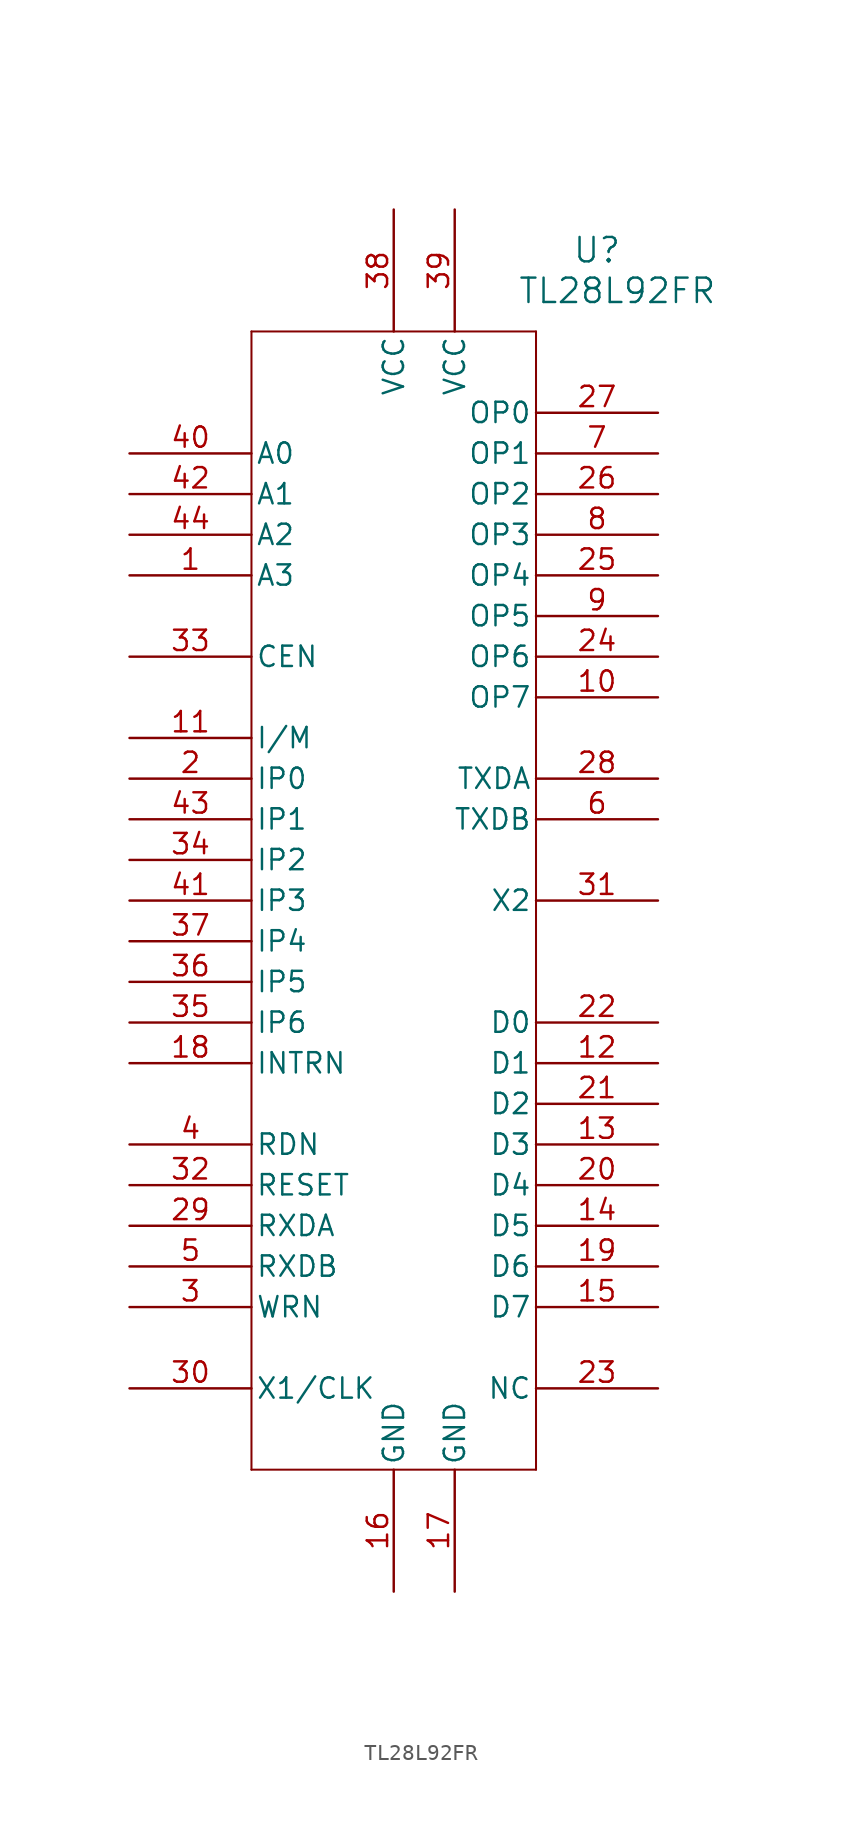
<source format=kicad_sym>
(kicad_symbol_lib
  (version 20220914)
  (generator kicad_symbol_editor)
  (symbol "TL28L92FR"
    (pin_names
      (offset 0.254))
    (property "Reference" "U"
      (at 29.21 12.7 0)
      (effects (font (size 1.524 1.524))))
    (property "Value" "TL28L92FR"
      (at 30.48 10.16 0)
      (effects (font (size 1.524 1.524))))
    (symbol "TL28L92FR_1_1"
      (polyline (pts (xy 7.62 -63.5) (xy 25.4 -63.5)) (stroke (width 0.127) (type default)) (fill (type none)))
      (polyline (pts (xy 7.62 7.62) (xy 7.62 -63.5)) (stroke (width 0.127) (type default)) (fill (type none)))
      (polyline (pts (xy 25.4 -63.5) (xy 25.4 7.62)) (stroke (width 0.127) (type default)) (fill (type none)))
      (polyline (pts (xy 25.4 7.62) (xy 7.62 7.62)) (stroke (width 0.127) (type default)) (fill (type none)))
      (pin input line (at 0 -7.62 0) (length 7.62) (name "A3" (effects (font (size 1.27 1.27)))) (number "1" (effects (font (size 1.27 1.27)))))
      (pin output line (at 33.02 -15.24 180) (length 7.62) (name "OP7" (effects (font (size 1.27 1.27)))) (number "10" (effects (font (size 1.27 1.27)))))
      (pin input line (at 0 -17.78 0) (length 7.62) (name "I/M" (effects (font (size 1.27 1.27)))) (number "11" (effects (font (size 1.27 1.27)))))
      (pin bidirectional line (at 33.02 -38.1 180) (length 7.62) (name "D1" (effects (font (size 1.27 1.27)))) (number "12" (effects (font (size 1.27 1.27)))))
      (pin bidirectional line (at 33.02 -43.18 180) (length 7.62) (name "D3" (effects (font (size 1.27 1.27)))) (number "13" (effects (font (size 1.27 1.27)))))
      (pin bidirectional line (at 33.02 -48.26 180) (length 7.62) (name "D5" (effects (font (size 1.27 1.27)))) (number "14" (effects (font (size 1.27 1.27)))))
      (pin bidirectional line (at 33.02 -53.34 180) (length 7.62) (name "D7" (effects (font (size 1.27 1.27)))) (number "15" (effects (font (size 1.27 1.27)))))
      (pin power_in line (at 16.51 -71.12 90) (length 7.62) (name "GND" (effects (font (size 1.27 1.27)))) (number "16" (effects (font (size 1.27 1.27)))))
      (pin power_in line (at 20.32 -71.12 90) (length 7.62) (name "GND" (effects (font (size 1.27 1.27)))) (number "17" (effects (font (size 1.27 1.27)))))
      (pin output line (at 0 -38.1 0) (length 7.62) (name "INTRN" (effects (font (size 1.27 1.27)))) (number "18" (effects (font (size 1.27 1.27)))))
      (pin bidirectional line (at 33.02 -50.8 180) (length 7.62) (name "D6" (effects (font (size 1.27 1.27)))) (number "19" (effects (font (size 1.27 1.27)))))
      (pin input line (at 0 -20.32 0) (length 7.62) (name "IP0" (effects (font (size 1.27 1.27)))) (number "2" (effects (font (size 1.27 1.27)))))
      (pin bidirectional line (at 33.02 -45.72 180) (length 7.62) (name "D4" (effects (font (size 1.27 1.27)))) (number "20" (effects (font (size 1.27 1.27)))))
      (pin bidirectional line (at 33.02 -40.64 180) (length 7.62) (name "D2" (effects (font (size 1.27 1.27)))) (number "21" (effects (font (size 1.27 1.27)))))
      (pin bidirectional line (at 33.02 -35.56 180) (length 7.62) (name "D0" (effects (font (size 1.27 1.27)))) (number "22" (effects (font (size 1.27 1.27)))))
      (pin unspecified line (at 33.02 -58.42 180) (length 7.62) (name "NC" (effects (font (size 1.27 1.27)))) (number "23" (effects (font (size 1.27 1.27)))))
      (pin output line (at 33.02 -12.7 180) (length 7.62) (name "OP6" (effects (font (size 1.27 1.27)))) (number "24" (effects (font (size 1.27 1.27)))))
      (pin output line (at 33.02 -7.62 180) (length 7.62) (name "OP4" (effects (font (size 1.27 1.27)))) (number "25" (effects (font (size 1.27 1.27)))))
      (pin output line (at 33.02 -2.54 180) (length 7.62) (name "OP2" (effects (font (size 1.27 1.27)))) (number "26" (effects (font (size 1.27 1.27)))))
      (pin output line (at 33.02 2.54 180) (length 7.62) (name "OP0" (effects (font (size 1.27 1.27)))) (number "27" (effects (font (size 1.27 1.27)))))
      (pin output line (at 33.02 -20.32 180) (length 7.62) (name "TXDA" (effects (font (size 1.27 1.27)))) (number "28" (effects (font (size 1.27 1.27)))))
      (pin input line (at 0 -48.26 0) (length 7.62) (name "RXDA" (effects (font (size 1.27 1.27)))) (number "29" (effects (font (size 1.27 1.27)))))
      (pin input line (at 0 -53.34 0) (length 7.62) (name "WRN" (effects (font (size 1.27 1.27)))) (number "3" (effects (font (size 1.27 1.27)))))
      (pin input line (at 0 -58.42 0) (length 7.62) (name "X1/CLK" (effects (font (size 1.27 1.27)))) (number "30" (effects (font (size 1.27 1.27)))))
      (pin output line (at 33.02 -27.94 180) (length 7.62) (name "X2" (effects (font (size 1.27 1.27)))) (number "31" (effects (font (size 1.27 1.27)))))
      (pin input line (at 0 -45.72 0) (length 7.62) (name "RESET" (effects (font (size 1.27 1.27)))) (number "32" (effects (font (size 1.27 1.27)))))
      (pin input line (at 0 -12.7 0) (length 7.62) (name "CEN" (effects (font (size 1.27 1.27)))) (number "33" (effects (font (size 1.27 1.27)))))
      (pin input line (at 0 -25.4 0) (length 7.62) (name "IP2" (effects (font (size 1.27 1.27)))) (number "34" (effects (font (size 1.27 1.27)))))
      (pin input line (at 0 -35.56 0) (length 7.62) (name "IP6" (effects (font (size 1.27 1.27)))) (number "35" (effects (font (size 1.27 1.27)))))
      (pin input line (at 0 -33.02 0) (length 7.62) (name "IP5" (effects (font (size 1.27 1.27)))) (number "36" (effects (font (size 1.27 1.27)))))
      (pin input line (at 0 -30.48 0) (length 7.62) (name "IP4" (effects (font (size 1.27 1.27)))) (number "37" (effects (font (size 1.27 1.27)))))
      (pin power_in line (at 16.51 15.24 270) (length 7.62) (name "VCC" (effects (font (size 1.27 1.27)))) (number "38" (effects (font (size 1.27 1.27)))))
      (pin power_in line (at 20.32 15.24 270) (length 7.62) (name "VCC" (effects (font (size 1.27 1.27)))) (number "39" (effects (font (size 1.27 1.27)))))
      (pin input line (at 0 -43.18 0) (length 7.62) (name "RDN" (effects (font (size 1.27 1.27)))) (number "4" (effects (font (size 1.27 1.27)))))
      (pin input line (at 0 0 0) (length 7.62) (name "A0" (effects (font (size 1.27 1.27)))) (number "40" (effects (font (size 1.27 1.27)))))
      (pin input line (at 0 -27.94 0) (length 7.62) (name "IP3" (effects (font (size 1.27 1.27)))) (number "41" (effects (font (size 1.27 1.27)))))
      (pin input line (at 0 -2.54 0) (length 7.62) (name "A1" (effects (font (size 1.27 1.27)))) (number "42" (effects (font (size 1.27 1.27)))))
      (pin input line (at 0 -22.86 0) (length 7.62) (name "IP1" (effects (font (size 1.27 1.27)))) (number "43" (effects (font (size 1.27 1.27)))))
      (pin input line (at 0 -5.08 0) (length 7.62) (name "A2" (effects (font (size 1.27 1.27)))) (number "44" (effects (font (size 1.27 1.27)))))
      (pin input line (at 0 -50.8 0) (length 7.62) (name "RXDB" (effects (font (size 1.27 1.27)))) (number "5" (effects (font (size 1.27 1.27)))))
      (pin output line (at 33.02 -22.86 180) (length 7.62) (name "TXDB" (effects (font (size 1.27 1.27)))) (number "6" (effects (font (size 1.27 1.27)))))
      (pin output line (at 33.02 0 180) (length 7.62) (name "OP1" (effects (font (size 1.27 1.27)))) (number "7" (effects (font (size 1.27 1.27)))))
      (pin output line (at 33.02 -5.08 180) (length 7.62) (name "OP3" (effects (font (size 1.27 1.27)))) (number "8" (effects (font (size 1.27 1.27)))))
      (pin output line (at 33.02 -10.16 180) (length 7.62) (name "OP5" (effects (font (size 1.27 1.27)))) (number "9" (effects (font (size 1.27 1.27))))))))
</source>
